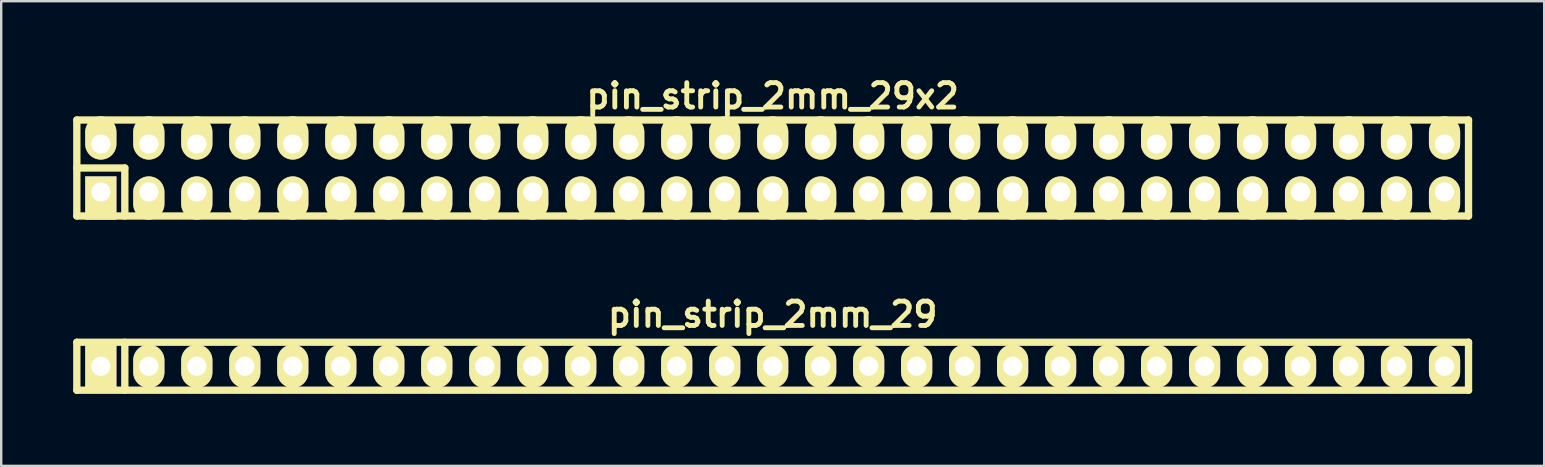
<source format=kicad_pcb>
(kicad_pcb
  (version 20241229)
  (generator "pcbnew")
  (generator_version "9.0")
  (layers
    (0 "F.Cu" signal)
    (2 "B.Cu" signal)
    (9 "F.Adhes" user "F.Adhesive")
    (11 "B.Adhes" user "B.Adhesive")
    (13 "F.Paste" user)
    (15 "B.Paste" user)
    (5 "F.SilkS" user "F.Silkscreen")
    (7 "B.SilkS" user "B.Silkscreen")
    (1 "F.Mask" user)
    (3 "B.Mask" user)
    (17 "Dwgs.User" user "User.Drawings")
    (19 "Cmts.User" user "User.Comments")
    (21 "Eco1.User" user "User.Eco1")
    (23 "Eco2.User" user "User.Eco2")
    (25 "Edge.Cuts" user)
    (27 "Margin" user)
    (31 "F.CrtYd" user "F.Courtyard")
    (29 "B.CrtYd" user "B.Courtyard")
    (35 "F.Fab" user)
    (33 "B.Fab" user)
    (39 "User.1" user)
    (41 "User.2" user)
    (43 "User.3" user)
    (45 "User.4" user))
  (footprint "pin_strip_2mm_29"
    (layer "F.Cu")
    (at 29.152 12.213)
    (property "Reference" "pin_strip_2mm_29" (at 0 -2.159 0) (layer "F.SilkS") (effects (font (size 1.016 1.016) (thickness 0.203))))
    (attr through_hole)
    (fp_line (start -29 -1) (end 29 -1) (stroke (width 0.305) (type solid)) (layer "F.SilkS"))
    (fp_line (start -29 1) (end -29 -1) (stroke (width 0.305) (type solid)) (layer "F.SilkS"))
    (fp_line (start -27 -1) (end -27 1) (stroke (width 0.305) (type solid)) (layer "F.SilkS"))
    (fp_line (start 29 -1) (end 29 1) (stroke (width 0.305) (type solid)) (layer "F.SilkS"))
    (fp_line (start 29 1) (end -29 1) (stroke (width 0.305) (type solid)) (layer "F.SilkS"))
    (pad "1" thru_hole rect (at -28 0) (size 1.3 1.8) (drill 0.8) (layers "*.Cu" "*.Mask" "F.SilkS"))
    (pad "2" thru_hole oval (at -26 0) (size 1.3 1.8) (drill 0.8) (layers "*.Cu" "*.Mask" "F.SilkS"))
    (pad "3" thru_hole oval (at -24 0) (size 1.3 1.8) (drill 0.8) (layers "*.Cu" "*.Mask" "F.SilkS"))
    (pad "4" thru_hole oval (at -22 0) (size 1.3 1.8) (drill 0.8) (layers "*.Cu" "*.Mask" "F.SilkS"))
    (pad "5" thru_hole oval (at -20 0) (size 1.3 1.8) (drill 0.8) (layers "*.Cu" "*.Mask" "F.SilkS"))
    (pad "6" thru_hole oval (at -18 0) (size 1.3 1.8) (drill 0.8) (layers "*.Cu" "*.Mask" "F.SilkS"))
    (pad "7" thru_hole oval (at -16 0) (size 1.3 1.8) (drill 0.8) (layers "*.Cu" "*.Mask" "F.SilkS"))
    (pad "8" thru_hole oval (at -14 0) (size 1.3 1.8) (drill 0.8) (layers "*.Cu" "*.Mask" "F.SilkS"))
    (pad "9" thru_hole oval (at -12 0) (size 1.3 1.8) (drill 0.8) (layers "*.Cu" "*.Mask" "F.SilkS"))
    (pad "10" thru_hole oval (at -10 0) (size 1.3 1.8) (drill 0.8) (layers "*.Cu" "*.Mask" "F.SilkS"))
    (pad "11" thru_hole oval (at -8 0) (size 1.3 1.8) (drill 0.8) (layers "*.Cu" "*.Mask" "F.SilkS"))
    (pad "12" thru_hole oval (at -6 0) (size 1.3 1.8) (drill 0.8) (layers "*.Cu" "*.Mask" "F.SilkS"))
    (pad "13" thru_hole oval (at -4 0) (size 1.3 1.8) (drill 0.8) (layers "*.Cu" "*.Mask" "F.SilkS"))
    (pad "14" thru_hole oval (at -2 0) (size 1.3 1.8) (drill 0.8) (layers "*.Cu" "*.Mask" "F.SilkS"))
    (pad "15" thru_hole oval (at 0 0) (size 1.3 1.8) (drill 0.8) (layers "*.Cu" "*.Mask" "F.SilkS"))
    (pad "16" thru_hole oval (at 2 0) (size 1.3 1.8) (drill 0.8) (layers "*.Cu" "*.Mask" "F.SilkS"))
    (pad "17" thru_hole oval (at 4 0) (size 1.3 1.8) (drill 0.8) (layers "*.Cu" "*.Mask" "F.SilkS"))
    (pad "18" thru_hole oval (at 6 0) (size 1.3 1.8) (drill 0.8) (layers "*.Cu" "*.Mask" "F.SilkS"))
    (pad "19" thru_hole oval (at 8 0) (size 1.3 1.8) (drill 0.8) (layers "*.Cu" "*.Mask" "F.SilkS"))
    (pad "20" thru_hole oval (at 10 0) (size 1.3 1.8) (drill 0.8) (layers "*.Cu" "*.Mask" "F.SilkS"))
    (pad "21" thru_hole oval (at 12 0) (size 1.3 1.8) (drill 0.8) (layers "*.Cu" "*.Mask" "F.SilkS"))
    (pad "22" thru_hole oval (at 14 0) (size 1.3 1.8) (drill 0.8) (layers "*.Cu" "*.Mask" "F.SilkS"))
    (pad "23" thru_hole oval (at 16 0) (size 1.3 1.8) (drill 0.8) (layers "*.Cu" "*.Mask" "F.SilkS"))
    (pad "24" thru_hole oval (at 18 0) (size 1.3 1.8) (drill 0.8) (layers "*.Cu" "*.Mask" "F.SilkS"))
    (pad "25" thru_hole oval (at 20 0) (size 1.3 1.8) (drill 0.8) (layers "*.Cu" "*.Mask" "F.SilkS"))
    (pad "26" thru_hole oval (at 22 0) (size 1.3 1.8) (drill 0.8) (layers "*.Cu" "*.Mask" "F.SilkS"))
    (pad "27" thru_hole oval (at 24 0) (size 1.3 1.8) (drill 0.8) (layers "*.Cu" "*.Mask" "F.SilkS"))
    (pad "28" thru_hole oval (at 26 0) (size 1.3 1.8) (drill 0.8) (layers "*.Cu" "*.Mask" "F.SilkS"))
    (pad "29" thru_hole oval (at 28 0) (size 1.3 1.8) (drill 0.8) (layers "*.Cu" "*.Mask" "F.SilkS")))
  (footprint "pin_strip_2mm_29x2"
    (layer "F.Cu")
    (at 29.152 3.951)
    (property "Reference" "pin_strip_2mm_29x2" (at 0 -3 0) (layer "F.SilkS") (effects (font (size 1.016 1.016) (thickness 0.203))))
    (attr through_hole)
    (fp_line (start -29 -2) (end 29 -2) (stroke (width 0.305) (type solid)) (layer "F.SilkS"))
    (fp_line (start -29 0) (end -27 0) (stroke (width 0.305) (type solid)) (layer "F.SilkS"))
    (fp_line (start -29 2) (end -29 -2) (stroke (width 0.305) (type solid)) (layer "F.SilkS"))
    (fp_line (start -27 0) (end -27 2) (stroke (width 0.305) (type solid)) (layer "F.SilkS"))
    (fp_line (start 29 -2) (end 29 2) (stroke (width 0.305) (type solid)) (layer "F.SilkS"))
    (fp_line (start 29 2) (end -29 2) (stroke (width 0.305) (type solid)) (layer "F.SilkS"))
    (pad "1" thru_hole rect (at -28 1) (size 1.3 1.8) (drill 0.8 (offset 0 0.25)) (layers "*.Cu" "*.Mask" "F.SilkS"))
    (pad "2" thru_hole oval (at -28 -1) (size 1.3 1.8) (drill 0.8 (offset 0 -0.25)) (layers "*.Cu" "*.Mask" "F.SilkS"))
    (pad "3" thru_hole oval (at -26 1) (size 1.3 1.8) (drill 0.8 (offset 0 0.25)) (layers "*.Cu" "*.Mask" "F.SilkS"))
    (pad "4" thru_hole oval (at -26 -1) (size 1.3 1.8) (drill 0.8 (offset 0 -0.25)) (layers "*.Cu" "*.Mask" "F.SilkS"))
    (pad "5" thru_hole oval (at -24 1) (size 1.3 1.8) (drill 0.8 (offset 0 0.25)) (layers "*.Cu" "*.Mask" "F.SilkS"))
    (pad "6" thru_hole oval (at -24 -1) (size 1.3 1.8) (drill 0.8 (offset 0 -0.25)) (layers "*.Cu" "*.Mask" "F.SilkS"))
    (pad "7" thru_hole oval (at -22 1) (size 1.3 1.8) (drill 0.8 (offset 0 0.25)) (layers "*.Cu" "*.Mask" "F.SilkS"))
    (pad "8" thru_hole oval (at -22 -1) (size 1.3 1.8) (drill 0.8 (offset 0 -0.25)) (layers "*.Cu" "*.Mask" "F.SilkS"))
    (pad "9" thru_hole oval (at -20 1) (size 1.3 1.8) (drill 0.8 (offset 0 0.25)) (layers "*.Cu" "*.Mask" "F.SilkS"))
    (pad "10" thru_hole oval (at -20 -1) (size 1.3 1.8) (drill 0.8 (offset 0 -0.25)) (layers "*.Cu" "*.Mask" "F.SilkS"))
    (pad "11" thru_hole oval (at -18 1) (size 1.3 1.8) (drill 0.8 (offset 0 0.25)) (layers "*.Cu" "*.Mask" "F.SilkS"))
    (pad "12" thru_hole oval (at -18 -1) (size 1.3 1.8) (drill 0.8 (offset 0 -0.25)) (layers "*.Cu" "*.Mask" "F.SilkS"))
    (pad "13" thru_hole oval (at -16 1) (size 1.3 1.8) (drill 0.8 (offset 0 0.25)) (layers "*.Cu" "*.Mask" "F.SilkS"))
    (pad "14" thru_hole oval (at -16 -1) (size 1.3 1.8) (drill 0.8 (offset 0 -0.25)) (layers "*.Cu" "*.Mask" "F.SilkS"))
    (pad "15" thru_hole oval (at -14 1) (size 1.3 1.8) (drill 0.8 (offset 0 0.25)) (layers "*.Cu" "*.Mask" "F.SilkS"))
    (pad "16" thru_hole oval (at -14 -1) (size 1.3 1.8) (drill 0.8 (offset 0 -0.25)) (layers "*.Cu" "*.Mask" "F.SilkS"))
    (pad "17" thru_hole oval (at -12 1) (size 1.3 1.8) (drill 0.8 (offset 0 0.25)) (layers "*.Cu" "*.Mask" "F.SilkS"))
    (pad "18" thru_hole oval (at -12 -1) (size 1.3 1.8) (drill 0.8 (offset 0 -0.25)) (layers "*.Cu" "*.Mask" "F.SilkS"))
    (pad "19" thru_hole oval (at -10 1) (size 1.3 1.8) (drill 0.8 (offset 0 0.25)) (layers "*.Cu" "*.Mask" "F.SilkS"))
    (pad "20" thru_hole oval (at -10 -1) (size 1.3 1.8) (drill 0.8 (offset 0 -0.25)) (layers "*.Cu" "*.Mask" "F.SilkS"))
    (pad "21" thru_hole oval (at -8 1) (size 1.3 1.8) (drill 0.8 (offset 0 0.25)) (layers "*.Cu" "*.Mask" "F.SilkS"))
    (pad "22" thru_hole oval (at -8 -1) (size 1.3 1.8) (drill 0.8 (offset 0 -0.25)) (layers "*.Cu" "*.Mask" "F.SilkS"))
    (pad "23" thru_hole oval (at -6 1) (size 1.3 1.8) (drill 0.8 (offset 0 0.25)) (layers "*.Cu" "*.Mask" "F.SilkS"))
    (pad "24" thru_hole oval (at -6 -1) (size 1.3 1.8) (drill 0.8 (offset 0 -0.25)) (layers "*.Cu" "*.Mask" "F.SilkS"))
    (pad "25" thru_hole oval (at -4 1) (size 1.3 1.8) (drill 0.8 (offset 0 0.25)) (layers "*.Cu" "*.Mask" "F.SilkS"))
    (pad "26" thru_hole oval (at -4 -1) (size 1.3 1.8) (drill 0.8 (offset 0 -0.25)) (layers "*.Cu" "*.Mask" "F.SilkS"))
    (pad "27" thru_hole oval (at -2 1) (size 1.3 1.8) (drill 0.8 (offset 0 0.25)) (layers "*.Cu" "*.Mask" "F.SilkS"))
    (pad "28" thru_hole oval (at -2 -1) (size 1.3 1.8) (drill 0.8 (offset 0 -0.25)) (layers "*.Cu" "*.Mask" "F.SilkS"))
    (pad "29" thru_hole oval (at 0 1) (size 1.3 1.8) (drill 0.8 (offset 0 0.25)) (layers "*.Cu" "*.Mask" "F.SilkS"))
    (pad "30" thru_hole oval (at 0 -1) (size 1.3 1.8) (drill 0.8 (offset 0 -0.25)) (layers "*.Cu" "*.Mask" "F.SilkS"))
    (pad "31" thru_hole oval (at 2 1) (size 1.3 1.8) (drill 0.8 (offset 0 0.25)) (layers "*.Cu" "*.Mask" "F.SilkS"))
    (pad "32" thru_hole oval (at 2 -1) (size 1.3 1.8) (drill 0.8 (offset 0 -0.25)) (layers "*.Cu" "*.Mask" "F.SilkS"))
    (pad "33" thru_hole oval (at 4 1) (size 1.3 1.8) (drill 0.8 (offset 0 0.25)) (layers "*.Cu" "*.Mask" "F.SilkS"))
    (pad "34" thru_hole oval (at 4 -1) (size 1.3 1.8) (drill 0.8 (offset 0 -0.25)) (layers "*.Cu" "*.Mask" "F.SilkS"))
    (pad "35" thru_hole oval (at 6 1) (size 1.3 1.8) (drill 0.8 (offset 0 0.25)) (layers "*.Cu" "*.Mask" "F.SilkS"))
    (pad "36" thru_hole oval (at 6 -1) (size 1.3 1.8) (drill 0.8 (offset 0 -0.25)) (layers "*.Cu" "*.Mask" "F.SilkS"))
    (pad "37" thru_hole oval (at 8 1) (size 1.3 1.8) (drill 0.8 (offset 0 0.25)) (layers "*.Cu" "*.Mask" "F.SilkS"))
    (pad "38" thru_hole oval (at 8 -1) (size 1.3 1.8) (drill 0.8 (offset 0 -0.25)) (layers "*.Cu" "*.Mask" "F.SilkS"))
    (pad "39" thru_hole oval (at 10 1) (size 1.3 1.8) (drill 0.8 (offset 0 0.25)) (layers "*.Cu" "*.Mask" "F.SilkS"))
    (pad "40" thru_hole oval (at 10 -1) (size 1.3 1.8) (drill 0.8 (offset 0 -0.25)) (layers "*.Cu" "*.Mask" "F.SilkS"))
    (pad "41" thru_hole oval (at 12 1) (size 1.3 1.8) (drill 0.8 (offset 0 0.25)) (layers "*.Cu" "*.Mask" "F.SilkS"))
    (pad "42" thru_hole oval (at 12 -1) (size 1.3 1.8) (drill 0.8 (offset 0 -0.25)) (layers "*.Cu" "*.Mask" "F.SilkS"))
    (pad "43" thru_hole oval (at 14 1) (size 1.3 1.8) (drill 0.8 (offset 0 0.25)) (layers "*.Cu" "*.Mask" "F.SilkS"))
    (pad "44" thru_hole oval (at 14 -1) (size 1.3 1.8) (drill 0.8 (offset 0 -0.25)) (layers "*.Cu" "*.Mask" "F.SilkS"))
    (pad "45" thru_hole oval (at 16 1) (size 1.3 1.8) (drill 0.8 (offset 0 0.25)) (layers "*.Cu" "*.Mask" "F.SilkS"))
    (pad "46" thru_hole oval (at 16 -1) (size 1.3 1.8) (drill 0.8 (offset 0 -0.25)) (layers "*.Cu" "*.Mask" "F.SilkS"))
    (pad "47" thru_hole oval (at 18 1) (size 1.3 1.8) (drill 0.8 (offset 0 0.25)) (layers "*.Cu" "*.Mask" "F.SilkS"))
    (pad "48" thru_hole oval (at 18 -1) (size 1.3 1.8) (drill 0.8 (offset 0 -0.25)) (layers "*.Cu" "*.Mask" "F.SilkS"))
    (pad "49" thru_hole oval (at 20 1) (size 1.3 1.8) (drill 0.8 (offset 0 0.25)) (layers "*.Cu" "*.Mask" "F.SilkS"))
    (pad "50" thru_hole oval (at 20 -1) (size 1.3 1.8) (drill 0.8 (offset 0 -0.25)) (layers "*.Cu" "*.Mask" "F.SilkS"))
    (pad "51" thru_hole oval (at 22 1) (size 1.3 1.8) (drill 0.8 (offset 0 0.25)) (layers "*.Cu" "*.Mask" "F.SilkS"))
    (pad "52" thru_hole oval (at 22 -1) (size 1.3 1.8) (drill 0.8 (offset 0 -0.25)) (layers "*.Cu" "*.Mask" "F.SilkS"))
    (pad "53" thru_hole oval (at 24 1) (size 1.3 1.8) (drill 0.8 (offset 0 0.25)) (layers "*.Cu" "*.Mask" "F.SilkS"))
    (pad "54" thru_hole oval (at 24 -1) (size 1.3 1.8) (drill 0.8 (offset 0 -0.25)) (layers "*.Cu" "*.Mask" "F.SilkS"))
    (pad "55" thru_hole oval (at 26 1) (size 1.3 1.8) (drill 0.8 (offset 0 0.25)) (layers "*.Cu" "*.Mask" "F.SilkS"))
    (pad "56" thru_hole oval (at 26 -1) (size 1.3 1.8) (drill 0.8 (offset 0 -0.25)) (layers "*.Cu" "*.Mask" "F.SilkS"))
    (pad "57" thru_hole oval (at 28 1) (size 1.3 1.8) (drill 0.8 (offset 0 0.25)) (layers "*.Cu" "*.Mask" "F.SilkS"))
    (pad "58" thru_hole oval (at 28 -1) (size 1.3 1.8) (drill 0.8 (offset 0 -0.25)) (layers "*.Cu" "*.Mask" "F.SilkS")))
  (gr_rect
    (start -3 -3)
    (end 61.305 16.366)
    (stroke (width 0.1) (type default))
    (fill no)
    (layer "Edge.Cuts")))
</source>
